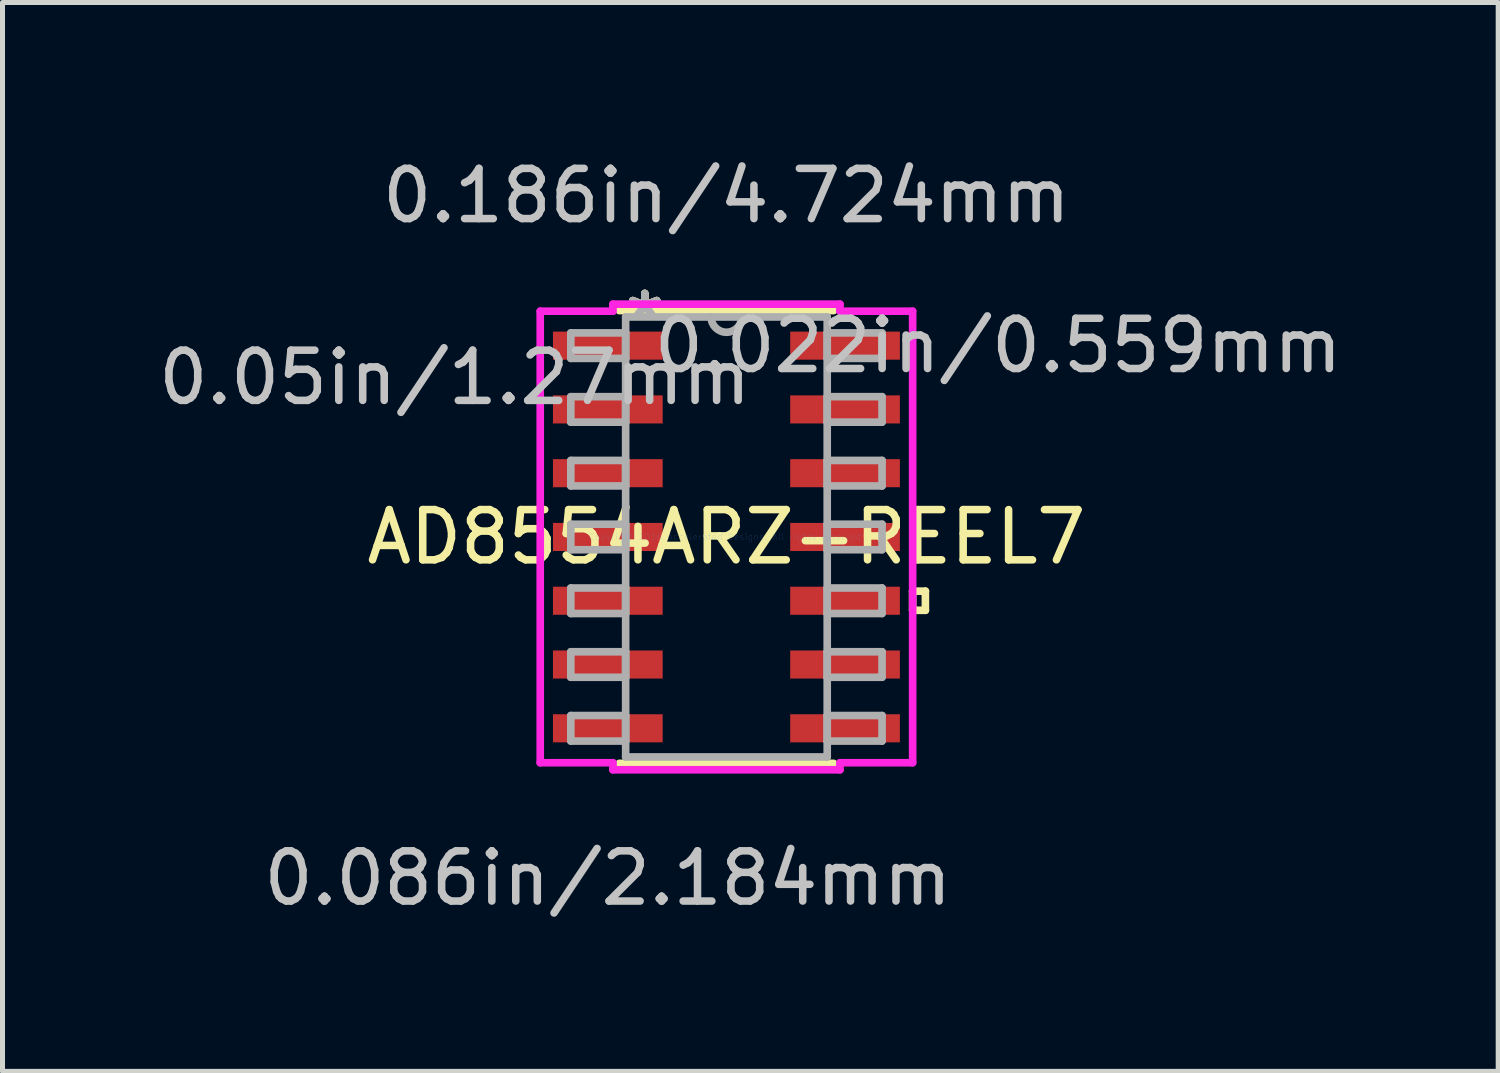
<source format=kicad_pcb>
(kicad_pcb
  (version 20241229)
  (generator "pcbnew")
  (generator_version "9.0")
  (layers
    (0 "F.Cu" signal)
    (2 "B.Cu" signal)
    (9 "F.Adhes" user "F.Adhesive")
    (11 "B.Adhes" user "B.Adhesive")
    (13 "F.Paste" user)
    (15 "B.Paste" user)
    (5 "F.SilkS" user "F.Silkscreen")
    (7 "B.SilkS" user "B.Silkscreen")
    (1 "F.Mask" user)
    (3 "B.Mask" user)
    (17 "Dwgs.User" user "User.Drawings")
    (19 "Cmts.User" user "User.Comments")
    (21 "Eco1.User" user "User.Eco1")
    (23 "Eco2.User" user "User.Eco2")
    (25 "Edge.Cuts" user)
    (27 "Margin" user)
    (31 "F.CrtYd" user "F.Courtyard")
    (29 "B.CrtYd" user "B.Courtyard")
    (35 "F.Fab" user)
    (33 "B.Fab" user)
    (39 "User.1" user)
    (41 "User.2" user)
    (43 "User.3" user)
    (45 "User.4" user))
  (footprint "AD8554ARZ-REEL7"
    (layer "F.Cu")
    (at 11.416 7.643)
    (property "Reference" "AD8554ARZ-REEL7" (at 0 0 0) (layer "F.SilkS") (effects (font (size 1 1) (thickness 0.15))))
    (attr through_hole)
    (fp_line (start -2.134 4.508) (end 2.134 4.508) (stroke (width 0.152) (type solid)) (layer "F.SilkS"))
    (fp_line (start 2.134 -4.508) (end -2.134 -4.508) (stroke (width 0.152) (type solid)) (layer "F.SilkS"))
    (fp_line (start 3.708 1.079) (end 3.962 1.079) (stroke (width 0.152) (type solid)) (layer "F.SilkS"))
    (fp_line (start 3.708 1.46) (end 3.708 1.079) (stroke (width 0.152) (type solid)) (layer "F.SilkS"))
    (fp_line (start 3.962 1.079) (end 3.962 1.46) (stroke (width 0.152) (type solid)) (layer "F.SilkS"))
    (fp_line (start 3.962 1.46) (end 3.708 1.46) (stroke (width 0.152) (type solid)) (layer "F.SilkS"))
    (fp_line (start -3.708 -4.496) (end -2.261 -4.496) (stroke (width 0.152) (type solid)) (layer "F.CrtYd"))
    (fp_line (start -3.708 4.496) (end -3.708 -4.496) (stroke (width 0.152) (type solid)) (layer "F.CrtYd"))
    (fp_line (start -2.261 -4.636) (end 2.261 -4.636) (stroke (width 0.152) (type solid)) (layer "F.CrtYd"))
    (fp_line (start -2.261 -4.496) (end -2.261 -4.636) (stroke (width 0.152) (type solid)) (layer "F.CrtYd"))
    (fp_line (start -2.261 4.496) (end -3.708 4.496) (stroke (width 0.152) (type solid)) (layer "F.CrtYd"))
    (fp_line (start -2.261 4.636) (end -2.261 4.496) (stroke (width 0.152) (type solid)) (layer "F.CrtYd"))
    (fp_line (start 2.261 -4.636) (end 2.261 -4.496) (stroke (width 0.152) (type solid)) (layer "F.CrtYd"))
    (fp_line (start 2.261 -4.496) (end 3.708 -4.496) (stroke (width 0.152) (type solid)) (layer "F.CrtYd"))
    (fp_line (start 2.261 4.496) (end 2.261 4.636) (stroke (width 0.152) (type solid)) (layer "F.CrtYd"))
    (fp_line (start 2.261 4.636) (end -2.261 4.636) (stroke (width 0.152) (type solid)) (layer "F.CrtYd"))
    (fp_line (start 3.708 -4.496) (end 3.708 4.496) (stroke (width 0.152) (type solid)) (layer "F.CrtYd"))
    (fp_line (start 3.708 4.496) (end 2.261 4.496) (stroke (width 0.152) (type solid)) (layer "F.CrtYd"))
    (fp_line (start -3.099 -4.064) (end -3.099 -3.556) (stroke (width 0.152) (type solid)) (layer "F.Fab"))
    (fp_line (start -3.099 -3.556) (end -2.007 -3.556) (stroke (width 0.152) (type solid)) (layer "F.Fab"))
    (fp_line (start -3.099 -2.794) (end -3.099 -2.286) (stroke (width 0.152) (type solid)) (layer "F.Fab"))
    (fp_line (start -3.099 -2.286) (end -2.007 -2.286) (stroke (width 0.152) (type solid)) (layer "F.Fab"))
    (fp_line (start -3.099 -1.524) (end -3.099 -1.016) (stroke (width 0.152) (type solid)) (layer "F.Fab"))
    (fp_line (start -3.099 -1.016) (end -2.007 -1.016) (stroke (width 0.152) (type solid)) (layer "F.Fab"))
    (fp_line (start -3.099 -0.254) (end -3.099 0.254) (stroke (width 0.152) (type solid)) (layer "F.Fab"))
    (fp_line (start -3.099 0.254) (end -2.007 0.254) (stroke (width 0.152) (type solid)) (layer "F.Fab"))
    (fp_line (start -3.099 1.016) (end -3.099 1.524) (stroke (width 0.152) (type solid)) (layer "F.Fab"))
    (fp_line (start -3.099 1.524) (end -2.007 1.524) (stroke (width 0.152) (type solid)) (layer "F.Fab"))
    (fp_line (start -3.099 2.286) (end -3.099 2.794) (stroke (width 0.152) (type solid)) (layer "F.Fab"))
    (fp_line (start -3.099 2.794) (end -2.007 2.794) (stroke (width 0.152) (type solid)) (layer "F.Fab"))
    (fp_line (start -3.099 3.556) (end -3.099 4.064) (stroke (width 0.152) (type solid)) (layer "F.Fab"))
    (fp_line (start -3.099 4.064) (end -2.007 4.064) (stroke (width 0.152) (type solid)) (layer "F.Fab"))
    (fp_line (start -2.007 -4.381) (end -2.007 4.381) (stroke (width 0.152) (type solid)) (layer "F.Fab"))
    (fp_line (start -2.007 -4.064) (end -3.099 -4.064) (stroke (width 0.152) (type solid)) (layer "F.Fab"))
    (fp_line (start -2.007 -3.556) (end -2.007 -4.064) (stroke (width 0.152) (type solid)) (layer "F.Fab"))
    (fp_line (start -2.007 -2.794) (end -3.099 -2.794) (stroke (width 0.152) (type solid)) (layer "F.Fab"))
    (fp_line (start -2.007 -2.286) (end -2.007 -2.794) (stroke (width 0.152) (type solid)) (layer "F.Fab"))
    (fp_line (start -2.007 -1.524) (end -3.099 -1.524) (stroke (width 0.152) (type solid)) (layer "F.Fab"))
    (fp_line (start -2.007 -1.016) (end -2.007 -1.524) (stroke (width 0.152) (type solid)) (layer "F.Fab"))
    (fp_line (start -2.007 -0.254) (end -3.099 -0.254) (stroke (width 0.152) (type solid)) (layer "F.Fab"))
    (fp_line (start -2.007 0.254) (end -2.007 -0.254) (stroke (width 0.152) (type solid)) (layer "F.Fab"))
    (fp_line (start -2.007 1.016) (end -3.099 1.016) (stroke (width 0.152) (type solid)) (layer "F.Fab"))
    (fp_line (start -2.007 1.524) (end -2.007 1.016) (stroke (width 0.152) (type solid)) (layer "F.Fab"))
    (fp_line (start -2.007 2.286) (end -3.099 2.286) (stroke (width 0.152) (type solid)) (layer "F.Fab"))
    (fp_line (start -2.007 2.794) (end -2.007 2.286) (stroke (width 0.152) (type solid)) (layer "F.Fab"))
    (fp_line (start -2.007 3.556) (end -3.099 3.556) (stroke (width 0.152) (type solid)) (layer "F.Fab"))
    (fp_line (start -2.007 4.064) (end -2.007 3.556) (stroke (width 0.152) (type solid)) (layer "F.Fab"))
    (fp_line (start -2.007 4.381) (end 2.007 4.381) (stroke (width 0.152) (type solid)) (layer "F.Fab"))
    (fp_line (start 2.007 -4.381) (end -2.007 -4.381) (stroke (width 0.152) (type solid)) (layer "F.Fab"))
    (fp_line (start 2.007 -4.064) (end 2.007 -3.556) (stroke (width 0.152) (type solid)) (layer "F.Fab"))
    (fp_line (start 2.007 -3.556) (end 3.099 -3.556) (stroke (width 0.152) (type solid)) (layer "F.Fab"))
    (fp_line (start 2.007 -2.794) (end 2.007 -2.286) (stroke (width 0.152) (type solid)) (layer "F.Fab"))
    (fp_line (start 2.007 -2.286) (end 3.099 -2.286) (stroke (width 0.152) (type solid)) (layer "F.Fab"))
    (fp_line (start 2.007 -1.524) (end 2.007 -1.016) (stroke (width 0.152) (type solid)) (layer "F.Fab"))
    (fp_line (start 2.007 -1.016) (end 3.099 -1.016) (stroke (width 0.152) (type solid)) (layer "F.Fab"))
    (fp_line (start 2.007 -0.254) (end 2.007 0.254) (stroke (width 0.152) (type solid)) (layer "F.Fab"))
    (fp_line (start 2.007 0.254) (end 3.099 0.254) (stroke (width 0.152) (type solid)) (layer "F.Fab"))
    (fp_line (start 2.007 1.016) (end 2.007 1.524) (stroke (width 0.152) (type solid)) (layer "F.Fab"))
    (fp_line (start 2.007 1.524) (end 3.099 1.524) (stroke (width 0.152) (type solid)) (layer "F.Fab"))
    (fp_line (start 2.007 2.286) (end 2.007 2.794) (stroke (width 0.152) (type solid)) (layer "F.Fab"))
    (fp_line (start 2.007 2.794) (end 3.099 2.794) (stroke (width 0.152) (type solid)) (layer "F.Fab"))
    (fp_line (start 2.007 3.556) (end 2.007 4.064) (stroke (width 0.152) (type solid)) (layer "F.Fab"))
    (fp_line (start 2.007 4.064) (end 3.099 4.064) (stroke (width 0.152) (type solid)) (layer "F.Fab"))
    (fp_line (start 2.007 4.381) (end 2.007 -4.381) (stroke (width 0.152) (type solid)) (layer "F.Fab"))
    (fp_line (start 3.099 -4.064) (end 2.007 -4.064) (stroke (width 0.152) (type solid)) (layer "F.Fab"))
    (fp_line (start 3.099 -3.556) (end 3.099 -4.064) (stroke (width 0.152) (type solid)) (layer "F.Fab"))
    (fp_line (start 3.099 -2.794) (end 2.007 -2.794) (stroke (width 0.152) (type solid)) (layer "F.Fab"))
    (fp_line (start 3.099 -2.286) (end 3.099 -2.794) (stroke (width 0.152) (type solid)) (layer "F.Fab"))
    (fp_line (start 3.099 -1.524) (end 2.007 -1.524) (stroke (width 0.152) (type solid)) (layer "F.Fab"))
    (fp_line (start 3.099 -1.016) (end 3.099 -1.524) (stroke (width 0.152) (type solid)) (layer "F.Fab"))
    (fp_line (start 3.099 -0.254) (end 2.007 -0.254) (stroke (width 0.152) (type solid)) (layer "F.Fab"))
    (fp_line (start 3.099 0.254) (end 3.099 -0.254) (stroke (width 0.152) (type solid)) (layer "F.Fab"))
    (fp_line (start 3.099 1.016) (end 2.007 1.016) (stroke (width 0.152) (type solid)) (layer "F.Fab"))
    (fp_line (start 3.099 1.524) (end 3.099 1.016) (stroke (width 0.152) (type solid)) (layer "F.Fab"))
    (fp_line (start 3.099 2.286) (end 2.007 2.286) (stroke (width 0.152) (type solid)) (layer "F.Fab"))
    (fp_line (start 3.099 2.794) (end 3.099 2.286) (stroke (width 0.152) (type solid)) (layer "F.Fab"))
    (fp_line (start 3.099 3.556) (end 2.007 3.556) (stroke (width 0.152) (type solid)) (layer "F.Fab"))
    (fp_line (start 3.099 4.064) (end 3.099 3.556) (stroke (width 0.152) (type solid)) (layer "F.Fab"))
    (fp_arc (start 0.3048 -4.3815) (mid 0 -4.0767) (end -0.3048 -4.3815) (stroke (width 0.1524) (type solid)) (layer "F.Fab"))
    (fp_text user "*" (at -1.626 -4.305 0) (layer "F.SilkS") (effects (font (size 1 1) (thickness 0.15))))
    (fp_text user "*" (at -1.626 -4.305 0) (layer "F.SilkS") (effects (font (size 1 1) (thickness 0.15))))
    (fp_text user "0.086in/2.184mm" (at -2.362 6.795 0) (layer "Dwgs.User") (effects (font (size 1 1) (thickness 0.15))))
    (fp_text user "0.022in/0.559mm" (at 5.41 -3.81 0) (layer "Dwgs.User") (effects (font (size 1 1) (thickness 0.15))))
    (fp_text user "0.05in/1.27mm" (at -5.41 -3.175 0) (layer "Dwgs.User") (effects (font (size 1 1) (thickness 0.15))))
    (fp_text user "0.186in/4.724mm" (at 0 -6.795 0) (layer "Dwgs.User") (effects (font (size 1 1) (thickness 0.15))))
    (fp_text user "Copyright 2016 Accelerated Designs. All rights reserved." (at 0 0 0) (layer "Cmts.User") (effects (font (size 0.127 0.127) (thickness 0.002))))
    (fp_text user "*" (at -1.626 -4.305 0) (layer "F.Fab") (effects (font (size 1 1) (thickness 0.15))))
    (fp_text user "*" (at -1.626 -4.305 0) (layer "F.Fab") (effects (font (size 1 1) (thickness 0.15))))
    (pad "1" smd rect (at -2.362 -3.81) (size 2.184 0.559) (layers "F.Cu" "F.Mask" "F.Paste"))
    (pad "2" smd rect (at -2.362 -2.54) (size 2.184 0.559) (layers "F.Cu" "F.Mask" "F.Paste"))
    (pad "3" smd rect (at -2.362 -1.27) (size 2.184 0.559) (layers "F.Cu" "F.Mask" "F.Paste"))
    (pad "4" smd rect (at -2.362 0) (size 2.184 0.559) (layers "F.Cu" "F.Mask" "F.Paste"))
    (pad "5" smd rect (at -2.362 1.27) (size 2.184 0.559) (layers "F.Cu" "F.Mask" "F.Paste"))
    (pad "6" smd rect (at -2.362 2.54) (size 2.184 0.559) (layers "F.Cu" "F.Mask" "F.Paste"))
    (pad "7" smd rect (at -2.362 3.81) (size 2.184 0.559) (layers "F.Cu" "F.Mask" "F.Paste"))
    (pad "8" smd rect (at 2.362 3.81) (size 2.184 0.559) (layers "F.Cu" "F.Mask" "F.Paste"))
    (pad "9" smd rect (at 2.362 2.54) (size 2.184 0.559) (layers "F.Cu" "F.Mask" "F.Paste"))
    (pad "10" smd rect (at 2.362 1.27) (size 2.184 0.559) (layers "F.Cu" "F.Mask" "F.Paste"))
    (pad "11" smd rect (at 2.362 0) (size 2.184 0.559) (layers "F.Cu" "F.Mask" "F.Paste"))
    (pad "12" smd rect (at 2.362 -1.27) (size 2.184 0.559) (layers "F.Cu" "F.Mask" "F.Paste"))
    (pad "13" smd rect (at 2.362 -2.54) (size 2.184 0.559) (layers "F.Cu" "F.Mask" "F.Paste"))
    (pad "14" smd rect (at 2.362 -3.81) (size 2.184 0.559) (layers "F.Cu" "F.Mask" "F.Paste")))
  (gr_rect
    (start -3 -3)
    (end 26.785 18.285)
    (stroke (width 0.1) (type default))
    (fill no)
    (layer "Edge.Cuts")))
</source>
